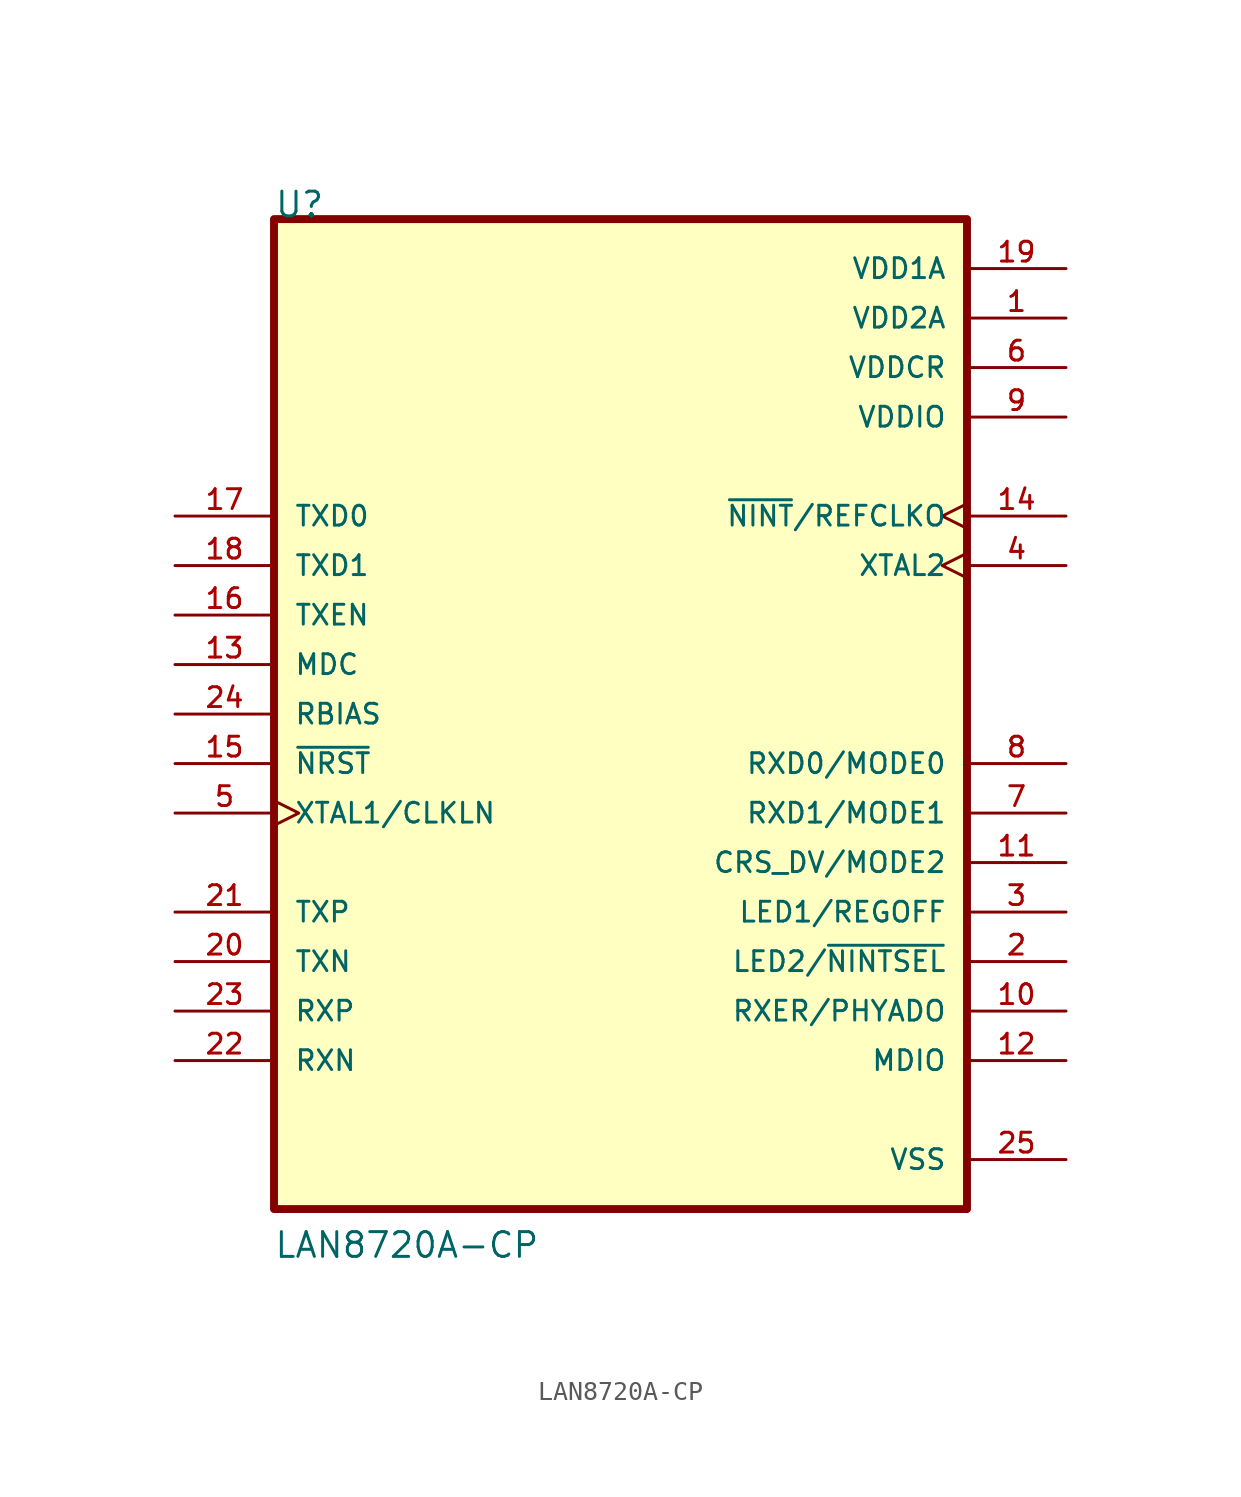
<source format=kicad_sym>
(kicad_symbol_lib
  (version 20211014)
  (generator kicad_symbol_editor)
  (symbol "LAN8720A-CP"
    (pin_names
      (offset 1.016))
    (property "Reference" "U"
      (at -17.78 25.4 0)
      (effects (font (size 1.27 1.27)) (justify left bottom)))
    (property "Value" "LAN8720A-CP"
      (at -17.805 -27.991 0)
      (effects (font (size 1.27 1.27)) (justify left bottom)))
    (symbol "LAN8720A-CP_0_0"
      (rectangle (start -17.78 -25.4) (end 17.78 25.4) (stroke (width 0.406) (type default) (color 0 0 0 0)) (fill (type background)))
      (pin power_in line (at 22.86 20.32 180) (length 5.08) (name "VDD2A" (effects (font (size 1.016 1.016)))) (number "1" (effects (font (size 1.016 1.016)))))
      (pin bidirectional line (at 22.86 -15.24 180) (length 5.08) (name "RXER/PHYADO" (effects (font (size 1.016 1.016)))) (number "10" (effects (font (size 1.016 1.016)))))
      (pin bidirectional line (at 22.86 -7.62 180) (length 5.08) (name "CRS_DV/MODE2" (effects (font (size 1.016 1.016)))) (number "11" (effects (font (size 1.016 1.016)))))
      (pin bidirectional line (at 22.86 -17.78 180) (length 5.08) (name "MDIO" (effects (font (size 1.016 1.016)))) (number "12" (effects (font (size 1.016 1.016)))))
      (pin input line (at -22.86 2.54 0) (length 5.08) (name "MDC" (effects (font (size 1.016 1.016)))) (number "13" (effects (font (size 1.016 1.016)))))
      (pin output clock (at 22.86 10.16 180) (length 5.08) (name "~{NINT}/REFCLKO" (effects (font (size 1.016 1.016)))) (number "14" (effects (font (size 1.016 1.016)))))
      (pin input line (at -22.86 -2.54 0) (length 5.08) (name "~{NRST}" (effects (font (size 1.016 1.016)))) (number "15" (effects (font (size 1.016 1.016)))))
      (pin input line (at -22.86 5.08 0) (length 5.08) (name "TXEN" (effects (font (size 1.016 1.016)))) (number "16" (effects (font (size 1.016 1.016)))))
      (pin input line (at -22.86 10.16 0) (length 5.08) (name "TXD0" (effects (font (size 1.016 1.016)))) (number "17" (effects (font (size 1.016 1.016)))))
      (pin input line (at -22.86 7.62 0) (length 5.08) (name "TXD1" (effects (font (size 1.016 1.016)))) (number "18" (effects (font (size 1.016 1.016)))))
      (pin power_in line (at 22.86 22.86 180) (length 5.08) (name "VDD1A" (effects (font (size 1.016 1.016)))) (number "19" (effects (font (size 1.016 1.016)))))
      (pin bidirectional line (at 22.86 -12.7 180) (length 5.08) (name "LED2/~{NINTSEL}" (effects (font (size 1.016 1.016)))) (number "2" (effects (font (size 1.016 1.016)))))
      (pin bidirectional line (at -22.86 -12.7 0) (length 5.08) (name "TXN" (effects (font (size 1.016 1.016)))) (number "20" (effects (font (size 1.016 1.016)))))
      (pin bidirectional line (at -22.86 -10.16 0) (length 5.08) (name "TXP" (effects (font (size 1.016 1.016)))) (number "21" (effects (font (size 1.016 1.016)))))
      (pin bidirectional line (at -22.86 -17.78 0) (length 5.08) (name "RXN" (effects (font (size 1.016 1.016)))) (number "22" (effects (font (size 1.016 1.016)))))
      (pin bidirectional line (at -22.86 -15.24 0) (length 5.08) (name "RXP" (effects (font (size 1.016 1.016)))) (number "23" (effects (font (size 1.016 1.016)))))
      (pin input line (at -22.86 0 0) (length 5.08) (name "RBIAS" (effects (font (size 1.016 1.016)))) (number "24" (effects (font (size 1.016 1.016)))))
      (pin power_in line (at 22.86 -22.86 180) (length 5.08) (name "VSS" (effects (font (size 1.016 1.016)))) (number "25" (effects (font (size 1.016 1.016)))))
      (pin bidirectional line (at 22.86 -10.16 180) (length 5.08) (name "LED1/REGOFF" (effects (font (size 1.016 1.016)))) (number "3" (effects (font (size 1.016 1.016)))))
      (pin output clock (at 22.86 7.62 180) (length 5.08) (name "XTAL2" (effects (font (size 1.016 1.016)))) (number "4" (effects (font (size 1.016 1.016)))))
      (pin input clock (at -22.86 -5.08 0) (length 5.08) (name "XTAL1/CLKLN" (effects (font (size 1.016 1.016)))) (number "5" (effects (font (size 1.016 1.016)))))
      (pin power_in line (at 22.86 17.78 180) (length 5.08) (name "VDDCR" (effects (font (size 1.016 1.016)))) (number "6" (effects (font (size 1.016 1.016)))))
      (pin bidirectional line (at 22.86 -5.08 180) (length 5.08) (name "RXD1/MODE1" (effects (font (size 1.016 1.016)))) (number "7" (effects (font (size 1.016 1.016)))))
      (pin bidirectional line (at 22.86 -2.54 180) (length 5.08) (name "RXD0/MODE0" (effects (font (size 1.016 1.016)))) (number "8" (effects (font (size 1.016 1.016)))))
      (pin power_in line (at 22.86 15.24 180) (length 5.08) (name "VDDIO" (effects (font (size 1.016 1.016)))) (number "9" (effects (font (size 1.016 1.016))))))))
</source>
